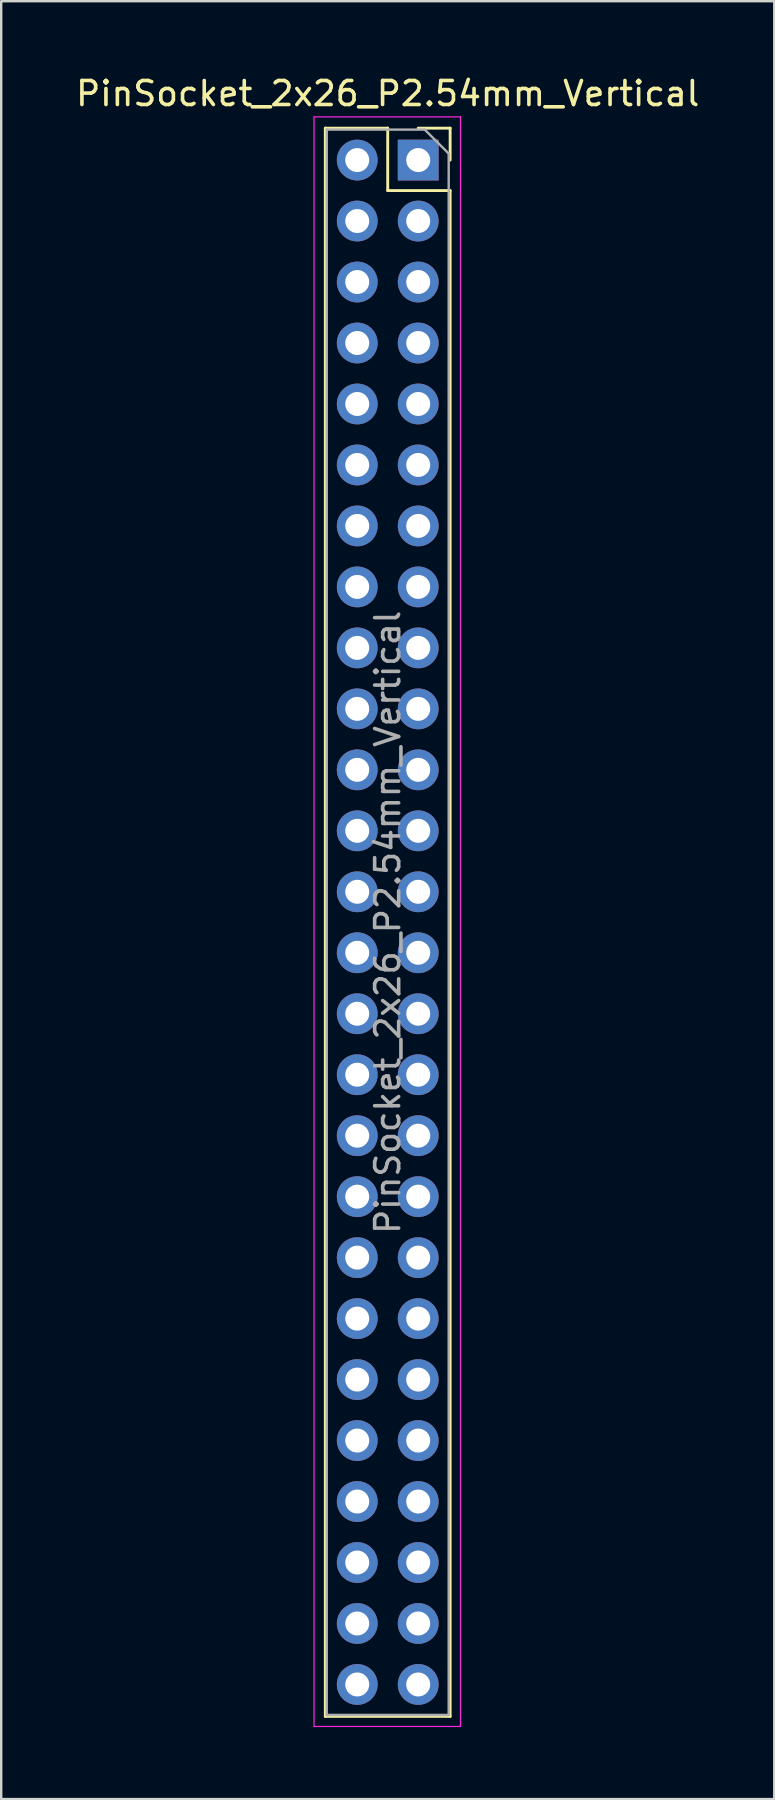
<source format=kicad_pcb>
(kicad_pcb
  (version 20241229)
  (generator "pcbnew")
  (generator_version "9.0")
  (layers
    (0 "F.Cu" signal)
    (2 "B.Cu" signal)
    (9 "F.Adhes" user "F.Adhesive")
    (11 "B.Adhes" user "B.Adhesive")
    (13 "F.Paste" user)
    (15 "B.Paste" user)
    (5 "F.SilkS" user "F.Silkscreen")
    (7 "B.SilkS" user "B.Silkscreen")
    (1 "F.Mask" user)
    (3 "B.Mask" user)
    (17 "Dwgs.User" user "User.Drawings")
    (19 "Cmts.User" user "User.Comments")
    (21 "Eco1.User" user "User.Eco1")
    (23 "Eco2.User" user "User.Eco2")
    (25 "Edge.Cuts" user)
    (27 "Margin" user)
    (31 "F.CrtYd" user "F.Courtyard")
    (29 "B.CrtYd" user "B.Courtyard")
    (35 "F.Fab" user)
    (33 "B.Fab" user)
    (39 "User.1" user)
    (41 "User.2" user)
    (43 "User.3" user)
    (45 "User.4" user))
  (footprint "PinSocket_2x26_P2.54mm_Vertical"
    (layer "F.Cu")
    (at 14.371 3.618)
    (property "Reference" "PinSocket_2x26_P2.54mm_Vertical" (at -1.27 -2.77 0) (layer "F.SilkS") (effects (font (size 1 1) (thickness 0.15))))
    (attr through_hole)
    (fp_line (start -3.87 -1.33) (end -3.87 64.83) (stroke (width 0.12) (type solid)) (layer "F.SilkS"))
    (fp_line (start -3.87 -1.33) (end -1.27 -1.33) (stroke (width 0.12) (type solid)) (layer "F.SilkS"))
    (fp_line (start -3.87 64.83) (end 1.33 64.83) (stroke (width 0.12) (type solid)) (layer "F.SilkS"))
    (fp_line (start -1.27 -1.33) (end -1.27 1.27) (stroke (width 0.12) (type solid)) (layer "F.SilkS"))
    (fp_line (start -1.27 1.27) (end 1.33 1.27) (stroke (width 0.12) (type solid)) (layer "F.SilkS"))
    (fp_line (start 0 -1.33) (end 1.33 -1.33) (stroke (width 0.12) (type solid)) (layer "F.SilkS"))
    (fp_line (start 1.33 -1.33) (end 1.33 0) (stroke (width 0.12) (type solid)) (layer "F.SilkS"))
    (fp_line (start 1.33 1.27) (end 1.33 64.83) (stroke (width 0.12) (type solid)) (layer "F.SilkS"))
    (fp_line (start -4.34 -1.8) (end 1.76 -1.8) (stroke (width 0.05) (type solid)) (layer "F.CrtYd"))
    (fp_line (start -4.34 65.25) (end -4.34 -1.8) (stroke (width 0.05) (type solid)) (layer "F.CrtYd"))
    (fp_line (start 1.76 -1.8) (end 1.76 65.25) (stroke (width 0.05) (type solid)) (layer "F.CrtYd"))
    (fp_line (start 1.76 65.25) (end -4.34 65.25) (stroke (width 0.05) (type solid)) (layer "F.CrtYd"))
    (fp_line (start -3.81 -1.27) (end 0.27 -1.27) (stroke (width 0.1) (type solid)) (layer "F.Fab"))
    (fp_line (start -3.81 64.77) (end -3.81 -1.27) (stroke (width 0.1) (type solid)) (layer "F.Fab"))
    (fp_line (start 0.27 -1.27) (end 1.27 -0.27) (stroke (width 0.1) (type solid)) (layer "F.Fab"))
    (fp_line (start 1.27 -0.27) (end 1.27 64.77) (stroke (width 0.1) (type solid)) (layer "F.Fab"))
    (fp_line (start 1.27 64.77) (end -3.81 64.77) (stroke (width 0.1) (type solid)) (layer "F.Fab"))
    (fp_text user "${REFERENCE}" (at -1.27 31.75 90) (layer "F.Fab") (effects (font (size 1 1) (thickness 0.15))))
    (pad "1" thru_hole rect (at 0 0) (size 1.7 1.7) (drill 1) (layers "*.Cu" "*.Mask"))
    (pad "2" thru_hole circle (at -2.54 0) (size 1.7 1.7) (drill 1) (layers "*.Cu" "*.Mask"))
    (pad "3" thru_hole circle (at 0 2.54) (size 1.7 1.7) (drill 1) (layers "*.Cu" "*.Mask"))
    (pad "4" thru_hole circle (at -2.54 2.54) (size 1.7 1.7) (drill 1) (layers "*.Cu" "*.Mask"))
    (pad "5" thru_hole circle (at 0 5.08) (size 1.7 1.7) (drill 1) (layers "*.Cu" "*.Mask"))
    (pad "6" thru_hole circle (at -2.54 5.08) (size 1.7 1.7) (drill 1) (layers "*.Cu" "*.Mask"))
    (pad "7" thru_hole circle (at 0 7.62) (size 1.7 1.7) (drill 1) (layers "*.Cu" "*.Mask"))
    (pad "8" thru_hole circle (at -2.54 7.62) (size 1.7 1.7) (drill 1) (layers "*.Cu" "*.Mask"))
    (pad "9" thru_hole circle (at 0 10.16) (size 1.7 1.7) (drill 1) (layers "*.Cu" "*.Mask"))
    (pad "10" thru_hole circle (at -2.54 10.16) (size 1.7 1.7) (drill 1) (layers "*.Cu" "*.Mask"))
    (pad "11" thru_hole circle (at 0 12.7) (size 1.7 1.7) (drill 1) (layers "*.Cu" "*.Mask"))
    (pad "12" thru_hole circle (at -2.54 12.7) (size 1.7 1.7) (drill 1) (layers "*.Cu" "*.Mask"))
    (pad "13" thru_hole circle (at 0 15.24) (size 1.7 1.7) (drill 1) (layers "*.Cu" "*.Mask"))
    (pad "14" thru_hole circle (at -2.54 15.24) (size 1.7 1.7) (drill 1) (layers "*.Cu" "*.Mask"))
    (pad "15" thru_hole circle (at 0 17.78) (size 1.7 1.7) (drill 1) (layers "*.Cu" "*.Mask"))
    (pad "16" thru_hole circle (at -2.54 17.78) (size 1.7 1.7) (drill 1) (layers "*.Cu" "*.Mask"))
    (pad "17" thru_hole circle (at 0 20.32) (size 1.7 1.7) (drill 1) (layers "*.Cu" "*.Mask"))
    (pad "18" thru_hole circle (at -2.54 20.32) (size 1.7 1.7) (drill 1) (layers "*.Cu" "*.Mask"))
    (pad "19" thru_hole circle (at 0 22.86) (size 1.7 1.7) (drill 1) (layers "*.Cu" "*.Mask"))
    (pad "20" thru_hole circle (at -2.54 22.86) (size 1.7 1.7) (drill 1) (layers "*.Cu" "*.Mask"))
    (pad "21" thru_hole circle (at 0 25.4) (size 1.7 1.7) (drill 1) (layers "*.Cu" "*.Mask"))
    (pad "22" thru_hole circle (at -2.54 25.4) (size 1.7 1.7) (drill 1) (layers "*.Cu" "*.Mask"))
    (pad "23" thru_hole circle (at 0 27.94) (size 1.7 1.7) (drill 1) (layers "*.Cu" "*.Mask"))
    (pad "24" thru_hole circle (at -2.54 27.94) (size 1.7 1.7) (drill 1) (layers "*.Cu" "*.Mask"))
    (pad "25" thru_hole circle (at 0 30.48) (size 1.7 1.7) (drill 1) (layers "*.Cu" "*.Mask"))
    (pad "26" thru_hole circle (at -2.54 30.48) (size 1.7 1.7) (drill 1) (layers "*.Cu" "*.Mask"))
    (pad "27" thru_hole circle (at 0 33.02) (size 1.7 1.7) (drill 1) (layers "*.Cu" "*.Mask"))
    (pad "28" thru_hole circle (at -2.54 33.02) (size 1.7 1.7) (drill 1) (layers "*.Cu" "*.Mask"))
    (pad "29" thru_hole circle (at 0 35.56) (size 1.7 1.7) (drill 1) (layers "*.Cu" "*.Mask"))
    (pad "30" thru_hole circle (at -2.54 35.56) (size 1.7 1.7) (drill 1) (layers "*.Cu" "*.Mask"))
    (pad "31" thru_hole circle (at 0 38.1) (size 1.7 1.7) (drill 1) (layers "*.Cu" "*.Mask"))
    (pad "32" thru_hole circle (at -2.54 38.1) (size 1.7 1.7) (drill 1) (layers "*.Cu" "*.Mask"))
    (pad "33" thru_hole circle (at 0 40.64) (size 1.7 1.7) (drill 1) (layers "*.Cu" "*.Mask"))
    (pad "34" thru_hole circle (at -2.54 40.64) (size 1.7 1.7) (drill 1) (layers "*.Cu" "*.Mask"))
    (pad "35" thru_hole circle (at 0 43.18) (size 1.7 1.7) (drill 1) (layers "*.Cu" "*.Mask"))
    (pad "36" thru_hole circle (at -2.54 43.18) (size 1.7 1.7) (drill 1) (layers "*.Cu" "*.Mask"))
    (pad "37" thru_hole circle (at 0 45.72) (size 1.7 1.7) (drill 1) (layers "*.Cu" "*.Mask"))
    (pad "38" thru_hole circle (at -2.54 45.72) (size 1.7 1.7) (drill 1) (layers "*.Cu" "*.Mask"))
    (pad "39" thru_hole circle (at 0 48.26) (size 1.7 1.7) (drill 1) (layers "*.Cu" "*.Mask"))
    (pad "40" thru_hole circle (at -2.54 48.26) (size 1.7 1.7) (drill 1) (layers "*.Cu" "*.Mask"))
    (pad "41" thru_hole circle (at 0 50.8) (size 1.7 1.7) (drill 1) (layers "*.Cu" "*.Mask"))
    (pad "42" thru_hole circle (at -2.54 50.8) (size 1.7 1.7) (drill 1) (layers "*.Cu" "*.Mask"))
    (pad "43" thru_hole circle (at 0 53.34) (size 1.7 1.7) (drill 1) (layers "*.Cu" "*.Mask"))
    (pad "44" thru_hole circle (at -2.54 53.34) (size 1.7 1.7) (drill 1) (layers "*.Cu" "*.Mask"))
    (pad "45" thru_hole circle (at 0 55.88) (size 1.7 1.7) (drill 1) (layers "*.Cu" "*.Mask"))
    (pad "46" thru_hole circle (at -2.54 55.88) (size 1.7 1.7) (drill 1) (layers "*.Cu" "*.Mask"))
    (pad "47" thru_hole circle (at 0 58.42) (size 1.7 1.7) (drill 1) (layers "*.Cu" "*.Mask"))
    (pad "48" thru_hole circle (at -2.54 58.42) (size 1.7 1.7) (drill 1) (layers "*.Cu" "*.Mask"))
    (pad "49" thru_hole circle (at 0 60.96) (size 1.7 1.7) (drill 1) (layers "*.Cu" "*.Mask"))
    (pad "50" thru_hole circle (at -2.54 60.96) (size 1.7 1.7) (drill 1) (layers "*.Cu" "*.Mask"))
    (pad "51" thru_hole circle (at 0 63.5) (size 1.7 1.7) (drill 1) (layers "*.Cu" "*.Mask"))
    (pad "52" thru_hole circle (at -2.54 63.5) (size 1.7 1.7) (drill 1) (layers "*.Cu" "*.Mask")))
  (gr_rect
    (start -3 -3)
    (end 29.202 71.893)
    (stroke (width 0.1) (type default))
    (fill no)
    (layer "Edge.Cuts")))
</source>
